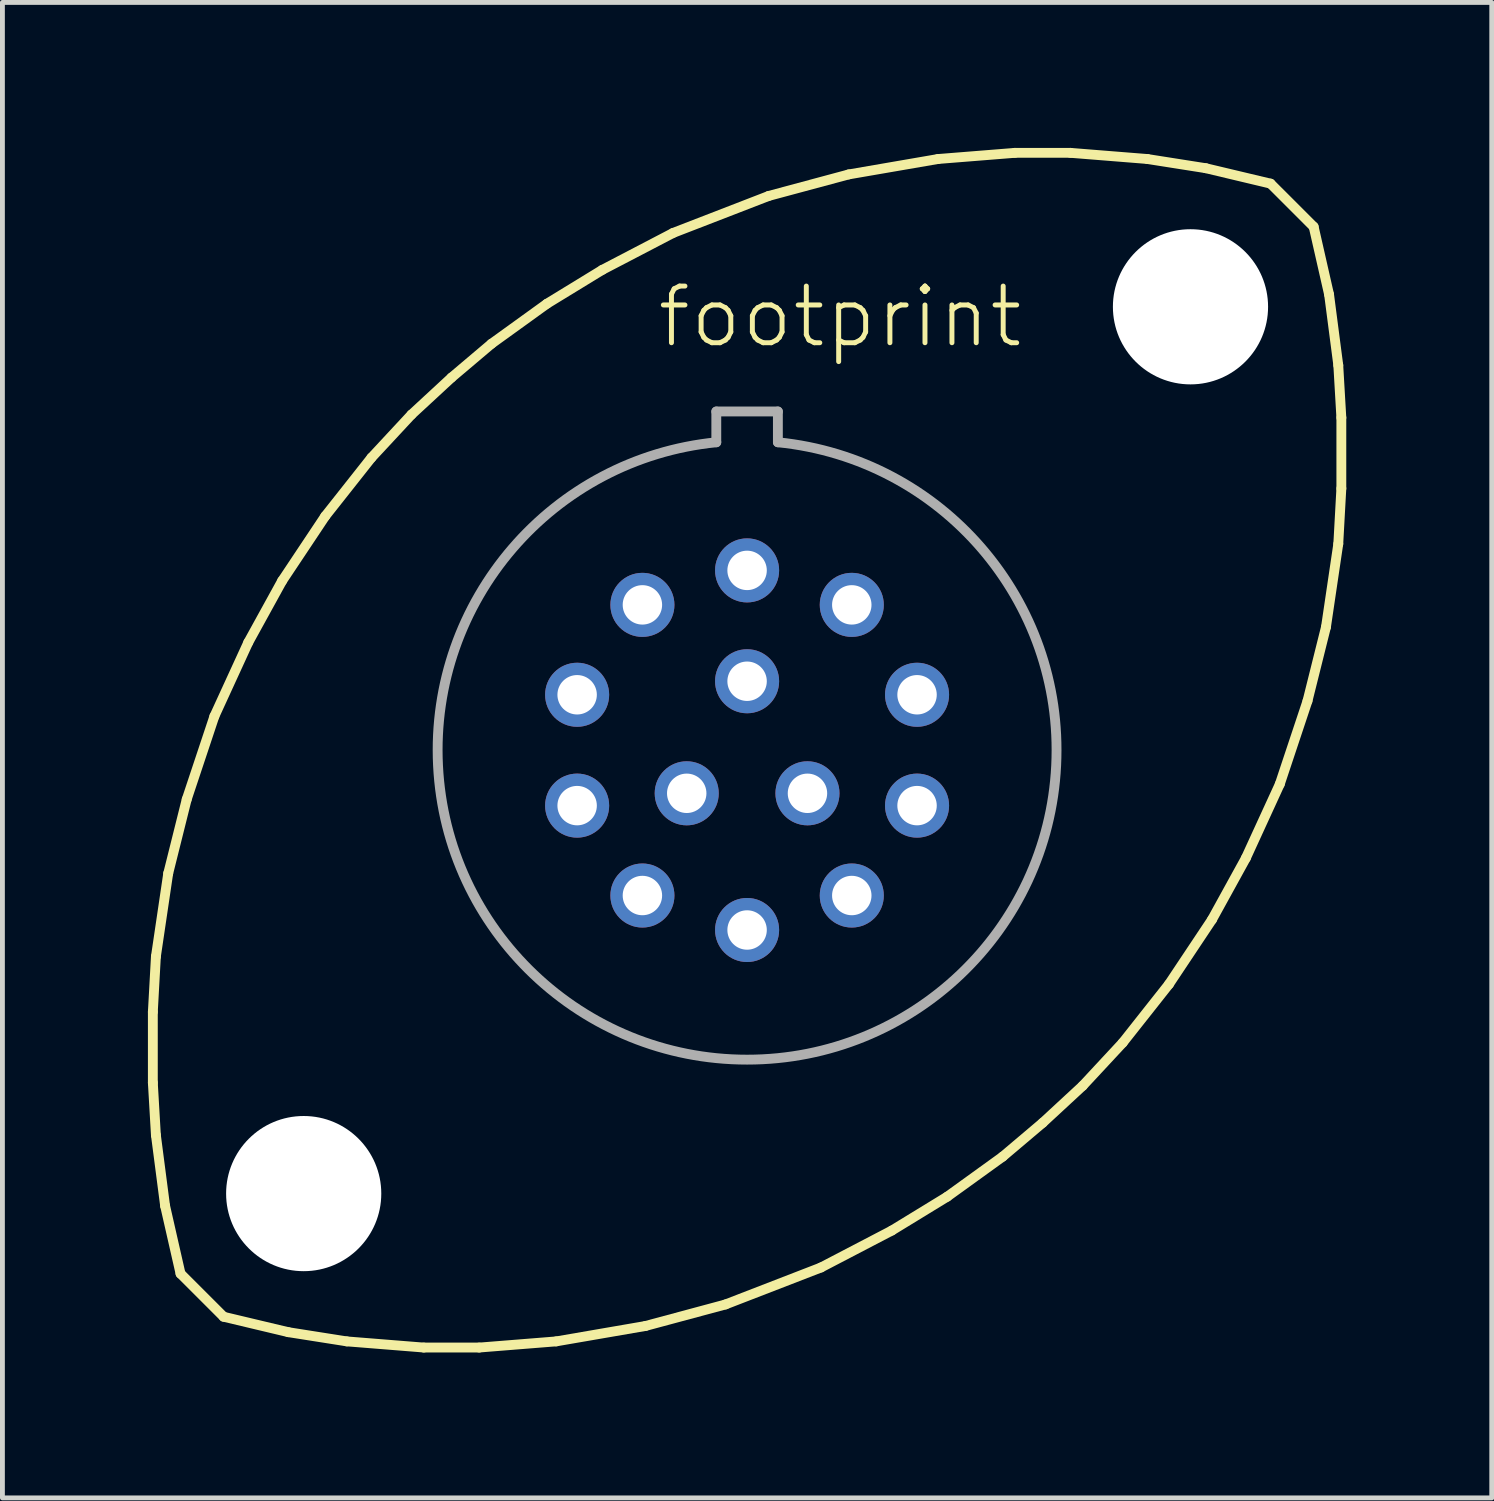
<source format=kicad_pcb>
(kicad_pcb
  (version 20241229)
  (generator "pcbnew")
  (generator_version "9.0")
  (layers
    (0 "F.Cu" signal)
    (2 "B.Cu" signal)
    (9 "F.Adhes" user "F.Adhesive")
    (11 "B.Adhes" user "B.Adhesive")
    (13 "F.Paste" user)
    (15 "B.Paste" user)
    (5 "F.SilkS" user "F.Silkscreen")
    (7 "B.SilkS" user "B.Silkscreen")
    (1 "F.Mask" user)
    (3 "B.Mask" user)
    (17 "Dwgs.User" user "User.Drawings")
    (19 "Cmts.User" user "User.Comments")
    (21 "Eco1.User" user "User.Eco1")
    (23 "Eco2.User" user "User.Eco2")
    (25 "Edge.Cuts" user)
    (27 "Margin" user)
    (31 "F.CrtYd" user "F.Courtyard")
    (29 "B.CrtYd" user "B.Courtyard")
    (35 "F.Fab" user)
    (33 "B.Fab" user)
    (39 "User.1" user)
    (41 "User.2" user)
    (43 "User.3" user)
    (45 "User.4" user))
  (footprint "footprint"
    (layer "F.Cu")
    (at 12.357 12.421)
    (property "Reference" "footprint" (at -1.905 -8.255 0) (layer "F.SilkS") (effects (font (size 1.168 1.168) (thickness 0.102)) (justify left bottom)))
    (fp_line (start -12.255 5.397) (end -12.192 4.255) (stroke (width 0.203) (type solid)) (layer "F.SilkS"))
    (fp_line (start -12.255 6.858) (end -12.255 5.397) (stroke (width 0.203) (type solid)) (layer "F.SilkS"))
    (fp_line (start -12.192 4.255) (end -11.938 2.54) (stroke (width 0.203) (type solid)) (layer "F.SilkS"))
    (fp_line (start -12.192 7.938) (end -12.255 6.858) (stroke (width 0.203) (type solid)) (layer "F.SilkS"))
    (fp_line (start -12.002 9.398) (end -12.192 7.938) (stroke (width 0.203) (type solid)) (layer "F.SilkS"))
    (fp_line (start -11.938 2.54) (end -11.557 1.016) (stroke (width 0.203) (type solid)) (layer "F.SilkS"))
    (fp_line (start -11.684 10.795) (end -12.002 9.398) (stroke (width 0.203) (type solid)) (layer "F.SilkS"))
    (fp_line (start -11.684 10.795) (end -10.795 11.684) (stroke (width 0.203) (type solid)) (layer "F.SilkS"))
    (fp_line (start -11.557 1.016) (end -10.986 -0.699) (stroke (width 0.203) (type solid)) (layer "F.SilkS"))
    (fp_line (start -10.986 -0.699) (end -10.287 -2.223) (stroke (width 0.203) (type solid)) (layer "F.SilkS"))
    (fp_line (start -10.287 -2.223) (end -9.588 -3.493) (stroke (width 0.203) (type solid)) (layer "F.SilkS"))
    (fp_line (start -9.588 -3.493) (end -8.7 -4.826) (stroke (width 0.203) (type solid)) (layer "F.SilkS"))
    (fp_line (start -9.461 12.002) (end -10.795 11.684) (stroke (width 0.203) (type solid)) (layer "F.SilkS"))
    (fp_line (start -8.7 -4.826) (end -7.747 -6.032) (stroke (width 0.203) (type solid)) (layer "F.SilkS"))
    (fp_line (start -8.255 12.192) (end -9.461 12.002) (stroke (width 0.203) (type solid)) (layer "F.SilkS"))
    (fp_line (start -7.747 -6.032) (end -6.921 -6.921) (stroke (width 0.203) (type solid)) (layer "F.SilkS"))
    (fp_line (start -6.921 -6.921) (end -6.096 -7.684) (stroke (width 0.203) (type solid)) (layer "F.SilkS"))
    (fp_line (start -6.668 12.319) (end -8.255 12.192) (stroke (width 0.203) (type solid)) (layer "F.SilkS"))
    (fp_line (start -6.096 -7.684) (end -5.271 -8.382) (stroke (width 0.203) (type solid)) (layer "F.SilkS"))
    (fp_line (start -5.524 12.319) (end -6.668 12.319) (stroke (width 0.203) (type solid)) (layer "F.SilkS"))
    (fp_line (start -5.271 -8.382) (end -4.128 -9.207) (stroke (width 0.203) (type solid)) (layer "F.SilkS"))
    (fp_line (start -4.128 -9.207) (end -2.985 -9.906) (stroke (width 0.203) (type solid)) (layer "F.SilkS"))
    (fp_line (start -3.937 12.192) (end -5.524 12.319) (stroke (width 0.203) (type solid)) (layer "F.SilkS"))
    (fp_line (start -2.985 -9.906) (end -1.524 -10.668) (stroke (width 0.203) (type solid)) (layer "F.SilkS"))
    (fp_line (start -2.095 11.874) (end -3.937 12.192) (stroke (width 0.203) (type solid)) (layer "F.SilkS"))
    (fp_line (start -1.524 -10.668) (end 0.445 -11.43) (stroke (width 0.203) (type solid)) (layer "F.SilkS"))
    (fp_line (start -0.445 11.43) (end -2.095 11.874) (stroke (width 0.203) (type solid)) (layer "F.SilkS"))
    (fp_line (start 0.445 -11.43) (end 2.095 -11.874) (stroke (width 0.203) (type solid)) (layer "F.SilkS"))
    (fp_line (start 1.524 10.668) (end -0.445 11.43) (stroke (width 0.203) (type solid)) (layer "F.SilkS"))
    (fp_line (start 2.095 -11.874) (end 3.937 -12.192) (stroke (width 0.203) (type solid)) (layer "F.SilkS"))
    (fp_line (start 2.985 9.906) (end 1.524 10.668) (stroke (width 0.203) (type solid)) (layer "F.SilkS"))
    (fp_line (start 3.937 -12.192) (end 5.524 -12.319) (stroke (width 0.203) (type solid)) (layer "F.SilkS"))
    (fp_line (start 4.128 9.207) (end 2.985 9.906) (stroke (width 0.203) (type solid)) (layer "F.SilkS"))
    (fp_line (start 5.271 8.382) (end 4.128 9.207) (stroke (width 0.203) (type solid)) (layer "F.SilkS"))
    (fp_line (start 5.524 -12.319) (end 6.668 -12.319) (stroke (width 0.203) (type solid)) (layer "F.SilkS"))
    (fp_line (start 6.096 7.684) (end 5.271 8.382) (stroke (width 0.203) (type solid)) (layer "F.SilkS"))
    (fp_line (start 6.668 -12.319) (end 8.255 -12.192) (stroke (width 0.203) (type solid)) (layer "F.SilkS"))
    (fp_line (start 6.921 6.921) (end 6.096 7.684) (stroke (width 0.203) (type solid)) (layer "F.SilkS"))
    (fp_line (start 7.747 6.032) (end 6.921 6.921) (stroke (width 0.203) (type solid)) (layer "F.SilkS"))
    (fp_line (start 8.255 -12.192) (end 9.461 -12.002) (stroke (width 0.203) (type solid)) (layer "F.SilkS"))
    (fp_line (start 8.7 4.826) (end 7.747 6.032) (stroke (width 0.203) (type solid)) (layer "F.SilkS"))
    (fp_line (start 9.461 -12.002) (end 10.795 -11.684) (stroke (width 0.203) (type solid)) (layer "F.SilkS"))
    (fp_line (start 9.588 3.493) (end 8.7 4.826) (stroke (width 0.203) (type solid)) (layer "F.SilkS"))
    (fp_line (start 10.287 2.223) (end 9.588 3.493) (stroke (width 0.203) (type solid)) (layer "F.SilkS"))
    (fp_line (start 10.795 -11.684) (end 11.684 -10.795) (stroke (width 0.203) (type solid)) (layer "F.SilkS"))
    (fp_line (start 10.986 0.699) (end 10.287 2.223) (stroke (width 0.203) (type solid)) (layer "F.SilkS"))
    (fp_line (start 11.557 -1.016) (end 10.986 0.699) (stroke (width 0.203) (type solid)) (layer "F.SilkS"))
    (fp_line (start 11.684 -10.795) (end 12.002 -9.398) (stroke (width 0.203) (type solid)) (layer "F.SilkS"))
    (fp_line (start 11.938 -2.54) (end 11.557 -1.016) (stroke (width 0.203) (type solid)) (layer "F.SilkS"))
    (fp_line (start 12.002 -9.398) (end 12.192 -7.938) (stroke (width 0.203) (type solid)) (layer "F.SilkS"))
    (fp_line (start 12.192 -7.938) (end 12.255 -6.858) (stroke (width 0.203) (type solid)) (layer "F.SilkS"))
    (fp_line (start 12.192 -4.255) (end 11.938 -2.54) (stroke (width 0.203) (type solid)) (layer "F.SilkS"))
    (fp_line (start 12.255 -6.858) (end 12.255 -5.397) (stroke (width 0.203) (type solid)) (layer "F.SilkS"))
    (fp_line (start 12.255 -5.397) (end 12.192 -4.255) (stroke (width 0.203) (type solid)) (layer "F.SilkS"))
    (fp_line (start -0.635 -6.985) (end 0.635 -6.985) (stroke (width 0.203) (type solid)) (layer "F.Fab"))
    (fp_line (start -0.635 -6.35) (end -0.635 -6.985) (stroke (width 0.203) (type solid)) (layer "F.Fab"))
    (fp_line (start 0.635 -6.985) (end 0.635 -6.35) (stroke (width 0.203) (type solid)) (layer "F.Fab"))
    (fp_arc (start 0.635 -6.35) (mid 0 6.381671) (end -0.635 -6.35) (stroke (width 0.2032) (type solid)) (layer "F.Fab"))
    (pad "" np_thru_hole circle (at -9.144 9.144) (size 3.2 3.2) (drill 3.2) (layers "*.Cu" "*.Mask"))
    (pad "" np_thru_hole circle (at 9.144 -9.144) (size 3.2 3.2) (drill 3.2) (layers "*.Cu" "*.Mask"))
    (pad "1" thru_hole circle (at 0 -3.708) (size 1.321 1.321) (drill 0.813) (layers "*.Cu" "*.Mask"))
    (pad "2" thru_hole circle (at 2.159 -2.997) (size 1.321 1.321) (drill 0.813) (layers "*.Cu" "*.Mask"))
    (pad "3" thru_hole circle (at 3.505 -1.143) (size 1.321 1.321) (drill 0.813) (layers "*.Cu" "*.Mask"))
    (pad "4" thru_hole circle (at 3.505 1.143) (size 1.321 1.321) (drill 0.813) (layers "*.Cu" "*.Mask"))
    (pad "5" thru_hole circle (at 2.159 2.997) (size 1.321 1.321) (drill 0.813) (layers "*.Cu" "*.Mask"))
    (pad "6" thru_hole circle (at 0 3.708) (size 1.321 1.321) (drill 0.813) (layers "*.Cu" "*.Mask"))
    (pad "7" thru_hole circle (at -2.159 2.997) (size 1.321 1.321) (drill 0.813) (layers "*.Cu" "*.Mask"))
    (pad "8" thru_hole circle (at -3.505 1.143) (size 1.321 1.321) (drill 0.813) (layers "*.Cu" "*.Mask"))
    (pad "9" thru_hole circle (at -3.505 -1.143) (size 1.321 1.321) (drill 0.813) (layers "*.Cu" "*.Mask"))
    (pad "10" thru_hole circle (at -2.159 -2.997) (size 1.321 1.321) (drill 0.813) (layers "*.Cu" "*.Mask"))
    (pad "11" thru_hole circle (at 0 -1.422) (size 1.321 1.321) (drill 0.813) (layers "*.Cu" "*.Mask"))
    (pad "12" thru_hole circle (at 1.245 0.889) (size 1.321 1.321) (drill 0.813) (layers "*.Cu" "*.Mask"))
    (pad "13" thru_hole circle (at -1.245 0.889) (size 1.321 1.321) (drill 0.813) (layers "*.Cu" "*.Mask")))
  (gr_rect
    (start -3 -3)
    (end 27.714 27.841)
    (stroke (width 0.1) (type default))
    (fill no)
    (layer "Edge.Cuts")))
</source>
